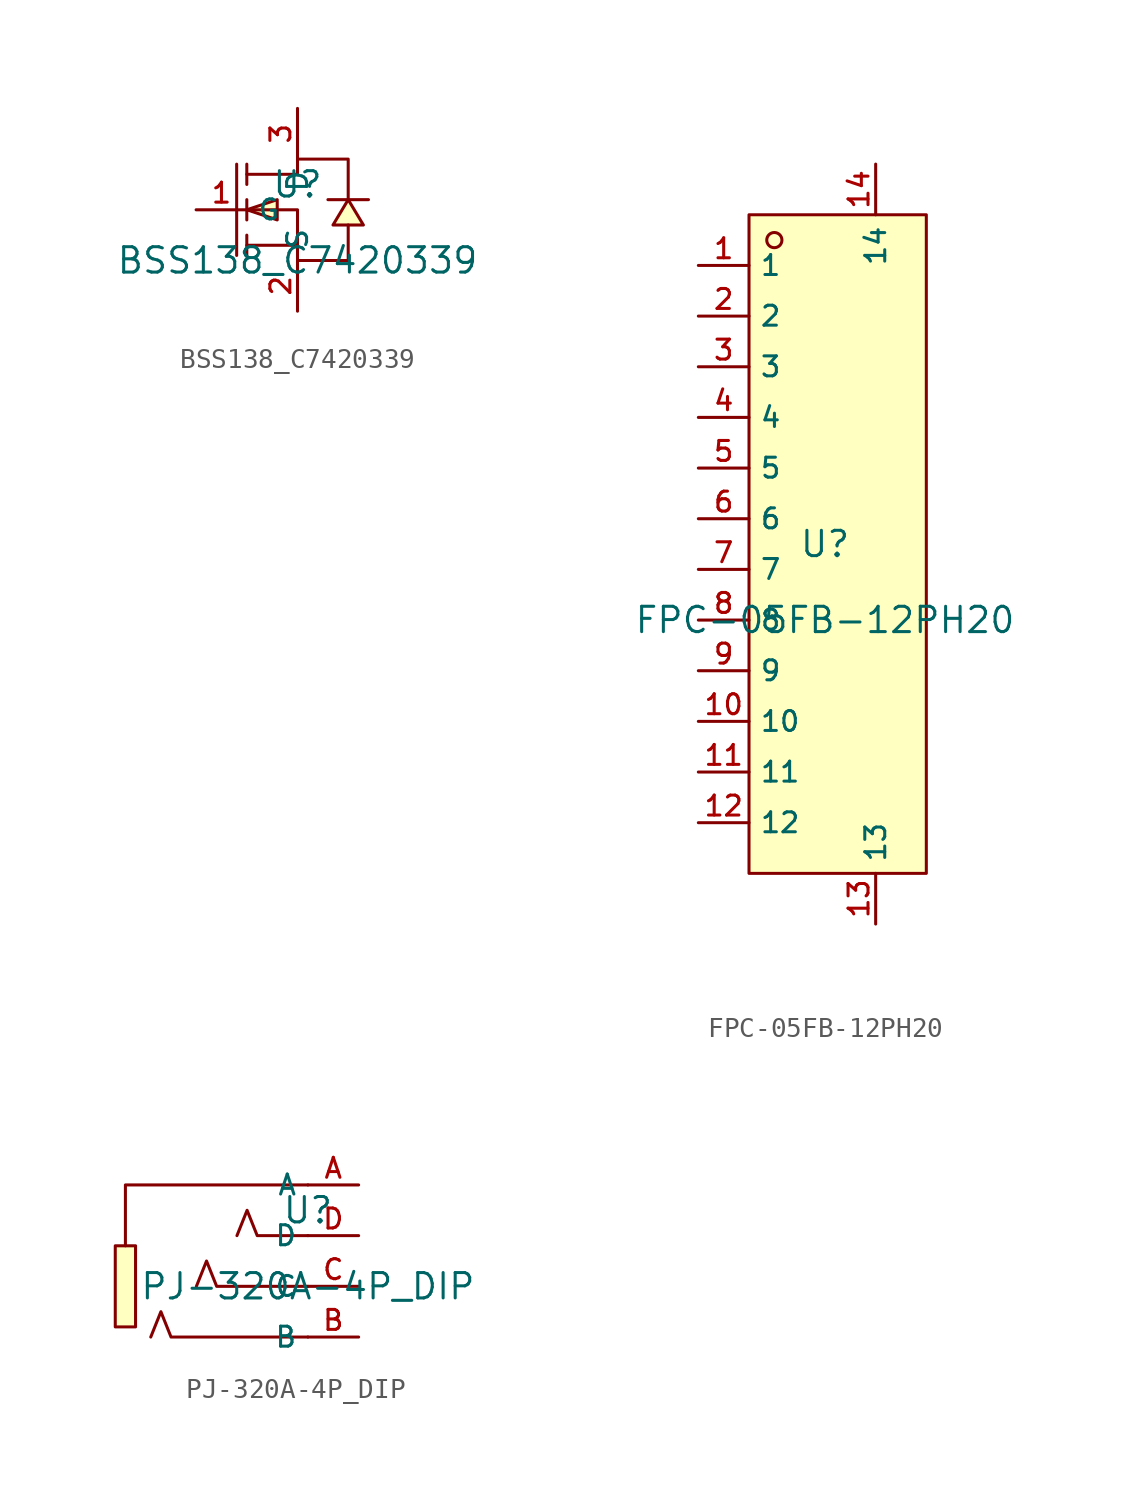
<source format=kicad_sym>
(kicad_symbol_lib
  (version 20231120)
  (generator "kicad_symbol_editor")
  (generator_version "8.0")
  (symbol "BSS138_C7420339"
    (property "Reference" "U"
      (at 0 1.27 0)
      (effects (font (size 1.27 1.27))))
    (property "Value" "BSS138_C7420339"
      (at 0 -2.54 0)
      (effects (font (size 1.27 1.27))))
    (symbol "BSS138_C7420339_0_1"
      (pin unspecified line (at 0.0 -5.08 90) (length 2.54) (name "S" (effects (font (size 1 1)))) (number "2" (effects (font (size 1 1)))))
      (pin unspecified line (at -5.08 -0.0 0) (length 2.54) (name "G" (effects (font (size 1 1)))) (number "1" (effects (font (size 1 1)))))
      (pin unspecified line (at 0.0 5.08 270) (length 2.54) (name "D" (effects (font (size 1 1)))) (number "3" (effects (font (size 1 1)))))
      (polyline (pts (xy 3.556 0.508) (xy 3.048 0.508) (xy 2.032 0.508) (xy 1.524 0.508)) (stroke (width 0) (type default) (color 0 0 0 0)) (fill (type none)))
      (polyline (pts (xy -2.54 -2.286) (xy -2.54 -1.27)) (stroke (width 0) (type default) (color 0 0 0 0)) (fill (type none)))
      (polyline (pts (xy -2.54 -0.508) (xy -2.54 0.508)) (stroke (width 0) (type default) (color 0 0 0 0)) (fill (type none)))
      (polyline (pts (xy -2.54 2.286) (xy -2.54 1.27)) (stroke (width 0) (type default) (color 0 0 0 0)) (fill (type none)))
      (polyline (pts (xy -3.048 2.286) (xy -3.048 -2.286)) (stroke (width 0) (type default) (color 0 0 0 0)) (fill (type none)))
      (polyline (pts (xy 0.0 -1.778) (xy -2.54 -1.778)) (stroke (width 0) (type default) (color 0 0 0 0)) (fill (type none)))
      (polyline (pts (xy -2.54 -0.0) (xy 0.0 -0.0) (xy 0.0 -2.54) (xy 2.54 -2.54) (xy 2.54 -0.762)) (stroke (width 0) (type default) (color 0 0 0 0)) (fill (type none)))
      (polyline (pts (xy -2.54 1.778) (xy 0.0 1.778) (xy 0.0 2.54) (xy 2.54 2.54) (xy 2.54 0.508)) (stroke (width 0) (type default) (color 0 0 0 0)) (fill (type none)))
      (polyline (pts (xy 2.54 0.508) (xy 1.778 -0.762) (xy 3.302 -0.762) (xy 2.54 0.508)) (stroke (width 0) (type default) (color 0 0 0 0)) (fill (type background)))
      (polyline (pts (xy -2.54 -0.0) (xy -1.016 -0.508) (xy -1.016 0.508) (xy -2.54 -0.0)) (stroke (width 0) (type default) (color 0 0 0 0)) (fill (type background)))))
  (symbol "FPC-05FB-12PH20"
    (property "Reference" "U"
      (at 0 1.27 0)
      (effects (font (size 1.27 1.27))))
    (property "Value" "FPC-05FB-12PH20"
      (at 0 -2.54 0)
      (effects (font (size 1.27 1.27))))
    (symbol "FPC-05FB-12PH20_0_1"
      (pin unspecified line (at 2.54 20.32 270) (length 2.54) (name "14" (effects (font (size 1 1)))) (number "14" (effects (font (size 1 1)))))
      (pin unspecified line (at 2.54 -17.78 90) (length 2.54) (name "13" (effects (font (size 1 1)))) (number "13" (effects (font (size 1 1)))))
      (pin unspecified line (at -6.35 -12.7 0) (length 2.54) (name "12" (effects (font (size 1 1)))) (number "12" (effects (font (size 1 1)))))
      (pin unspecified line (at -6.35 -10.16 0) (length 2.54) (name "11" (effects (font (size 1 1)))) (number "11" (effects (font (size 1 1)))))
      (pin unspecified line (at -6.35 -7.62 0) (length 2.54) (name "10" (effects (font (size 1 1)))) (number "10" (effects (font (size 1 1)))))
      (pin unspecified line (at -6.35 -5.08 0) (length 2.54) (name "9" (effects (font (size 1 1)))) (number "9" (effects (font (size 1 1)))))
      (pin unspecified line (at -6.35 -2.54 0) (length 2.54) (name "8" (effects (font (size 1 1)))) (number "8" (effects (font (size 1 1)))))
      (pin unspecified line (at -6.35 -0.0 0) (length 2.54) (name "7" (effects (font (size 1 1)))) (number "7" (effects (font (size 1 1)))))
      (pin unspecified line (at -6.35 2.54 0) (length 2.54) (name "6" (effects (font (size 1 1)))) (number "6" (effects (font (size 1 1)))))
      (pin unspecified line (at -6.35 5.08 0) (length 2.54) (name "5" (effects (font (size 1 1)))) (number "5" (effects (font (size 1 1)))))
      (pin unspecified line (at -6.35 7.62 0) (length 2.54) (name "4" (effects (font (size 1 1)))) (number "4" (effects (font (size 1 1)))))
      (pin unspecified line (at -6.35 10.16 0) (length 2.54) (name "3" (effects (font (size 1 1)))) (number "3" (effects (font (size 1 1)))))
      (pin unspecified line (at -6.35 12.7 0) (length 2.54) (name "2" (effects (font (size 1 1)))) (number "2" (effects (font (size 1 1)))))
      (pin unspecified line (at -6.35 15.24 0) (length 2.54) (name "1" (effects (font (size 1 1)))) (number "1" (effects (font (size 1 1)))))
      (circle (center -2.54 16.51) (radius 0.381) (stroke (width 0) (type default) (color 0 0 0 0)) (fill (type background)))
      (rectangle (start -3.81 17.78) (end 5.08 -15.24) (stroke (width 0) (type default) (color 0 0 0 0)) (fill (type background)))))
  (symbol "PJ-320A-4P_DIP"
    (property "Reference" "U"
      (at 0 1.27 0)
      (effects (font (size 1.27 1.27))))
    (property "Value" "PJ-320A-4P_DIP"
      (at 0 -2.54 0)
      (effects (font (size 1.27 1.27))))
    (symbol "PJ-320A-4P_DIP_0_1"
      (pin unspecified line (at 2.54 -0.0 180) (length 2.54) (name "D" (effects (font (size 1 1)))) (number "D" (effects (font (size 1 1)))))
      (pin unspecified line (at 2.54 -5.08 180) (length 2.54) (name "B" (effects (font (size 1 1)))) (number "B" (effects (font (size 1 1)))))
      (pin unspecified line (at 2.54 -2.54 180) (length 2.54) (name "C" (effects (font (size 1 1)))) (number "C" (effects (font (size 1 1)))))
      (pin unspecified line (at 2.54 2.54 180) (length 2.54) (name "A" (effects (font (size 1 1)))) (number "A" (effects (font (size 1 1)))))
      (polyline (pts (xy 0.0 -5.08) (xy -6.858 -5.08) (xy -7.366 -3.81) (xy -7.874 -5.08)) (stroke (width 0) (type default) (color 0 0 0 0)) (fill (type none)))
      (polyline (pts (xy 0.0 -0.0) (xy -2.54 -0.0) (xy -3.048 1.27) (xy -3.556 -0.0)) (stroke (width 0) (type default) (color 0 0 0 0)) (fill (type none)))
      (rectangle (start -9.652 -0.508) (end -8.636 -4.572) (stroke (width 0) (type default) (color 0 0 0 0)) (fill (type background)))
      (polyline (pts (xy 0.0 2.54) (xy -9.144 2.54) (xy -9.144 -0.508)) (stroke (width 0) (type default) (color 0 0 0 0)) (fill (type none)))
      (polyline (pts (xy 0.0 -2.54) (xy -4.572 -2.54) (xy -5.08 -1.27) (xy -5.588 -2.54)) (stroke (width 0) (type default) (color 0 0 0 0)) (fill (type none))))))
</source>
